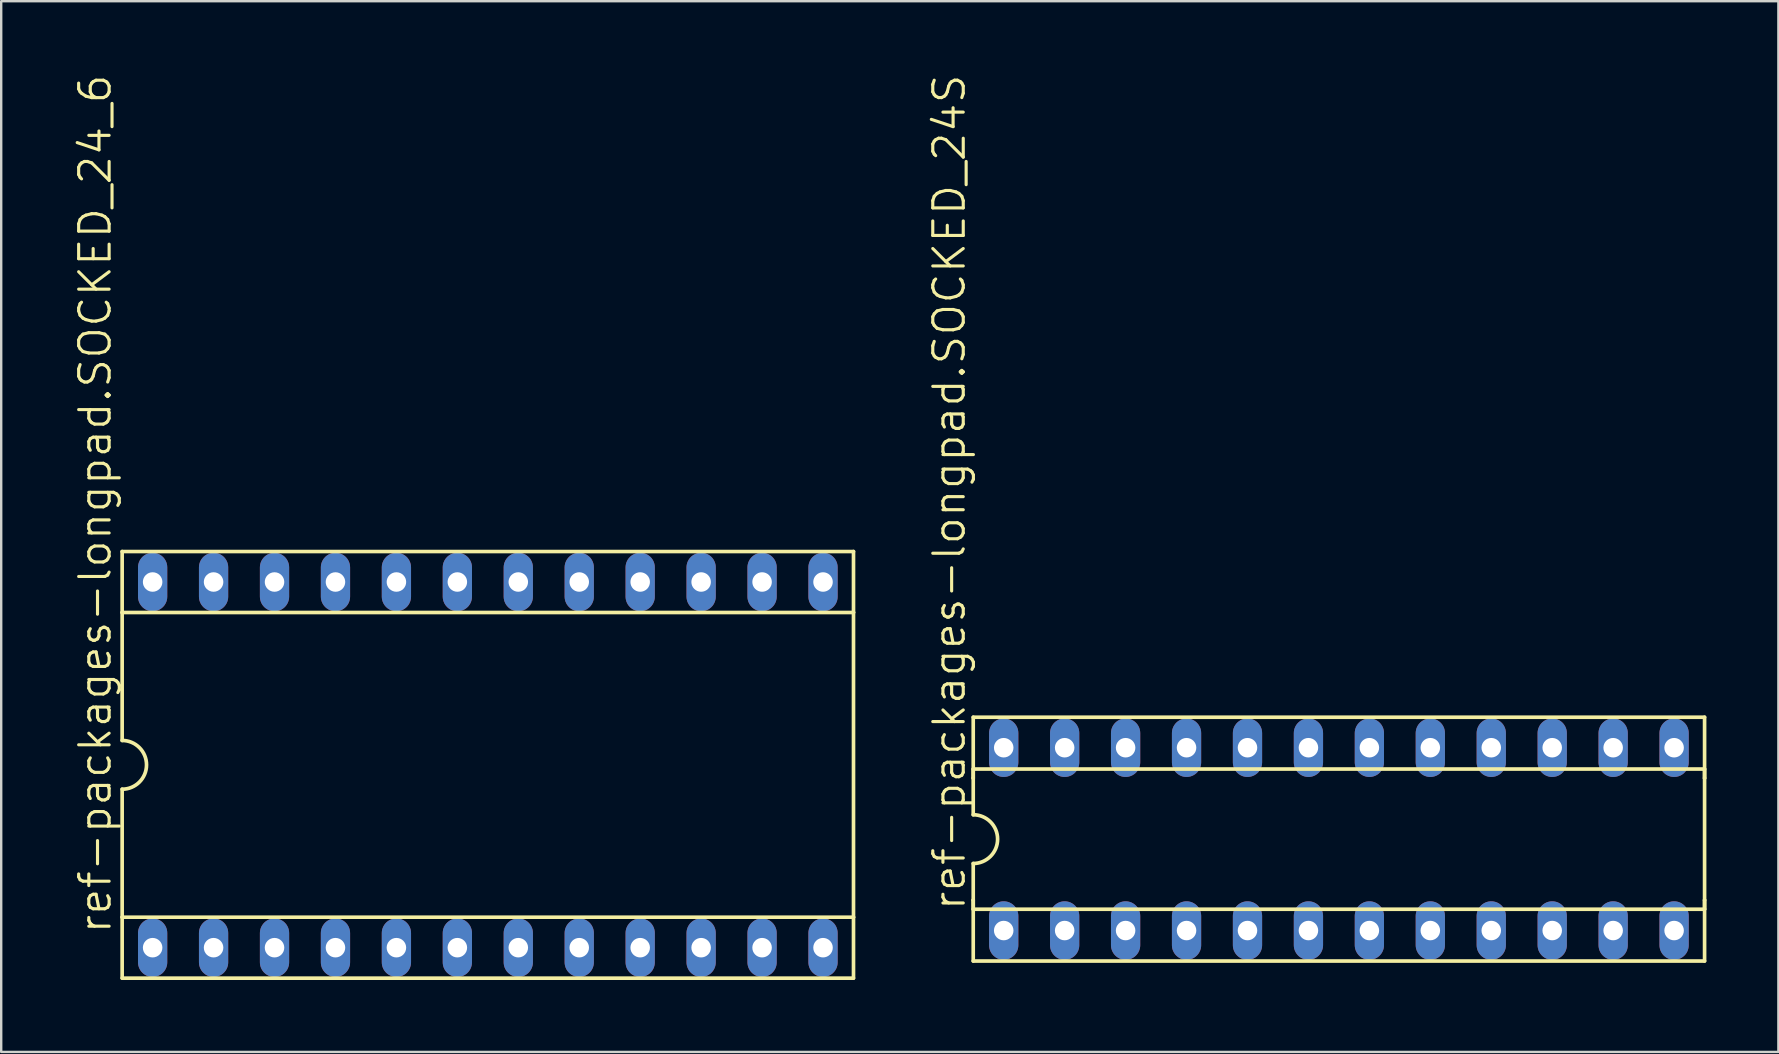
<source format=kicad_pcb>
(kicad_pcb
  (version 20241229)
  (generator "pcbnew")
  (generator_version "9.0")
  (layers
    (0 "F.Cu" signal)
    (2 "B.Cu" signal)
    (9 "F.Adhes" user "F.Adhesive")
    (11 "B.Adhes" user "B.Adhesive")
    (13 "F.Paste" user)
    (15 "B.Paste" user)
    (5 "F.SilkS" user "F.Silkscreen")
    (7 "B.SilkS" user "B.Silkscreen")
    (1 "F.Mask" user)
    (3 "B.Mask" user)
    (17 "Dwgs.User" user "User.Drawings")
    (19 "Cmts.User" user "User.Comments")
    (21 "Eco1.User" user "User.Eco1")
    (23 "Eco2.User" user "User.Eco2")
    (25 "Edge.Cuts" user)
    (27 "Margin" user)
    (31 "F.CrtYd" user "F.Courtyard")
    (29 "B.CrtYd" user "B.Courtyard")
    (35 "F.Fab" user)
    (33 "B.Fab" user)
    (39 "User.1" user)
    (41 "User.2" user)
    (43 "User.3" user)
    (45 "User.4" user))
  (footprint "ref-packages-longpad.SOCKED_24S"
    (layer "F.Cu")
    (at 52.751 31.922)
    (property "Reference" "ref-packages-longpad.SOCKED_24S" (at -15.494 3.048 90) (layer "F.SilkS") (effects (font (size 1.27 1.27) (thickness 0.13)) (justify left bottom)))
    (attr through_hole)
    (fp_line (start -15.24 -5.08) (end -15.24 -2.54) (stroke (width 0.152) (type default)) (layer "F.SilkS"))
    (fp_line (start -15.24 -2.921) (end -15.24 -2.54) (stroke (width 0.152) (type default)) (layer "F.SilkS"))
    (fp_line (start -15.24 -2.54) (end -15.24 -1.016) (stroke (width 0.152) (type default)) (layer "F.SilkS"))
    (fp_line (start -15.24 2.54) (end -15.24 1.016) (stroke (width 0.152) (type default)) (layer "F.SilkS"))
    (fp_line (start -15.24 2.921) (end -15.24 2.54) (stroke (width 0.152) (type default)) (layer "F.SilkS"))
    (fp_line (start -15.24 2.921) (end 15.24 2.921) (stroke (width 0.152) (type default)) (layer "F.SilkS"))
    (fp_line (start -15.24 5.08) (end -15.24 2.54) (stroke (width 0.152) (type default)) (layer "F.SilkS"))
    (fp_line (start -15.24 5.08) (end 15.24 5.08) (stroke (width 0.152) (type default)) (layer "F.SilkS"))
    (fp_line (start 15.24 -5.08) (end -15.24 -5.08) (stroke (width 0.152) (type default)) (layer "F.SilkS"))
    (fp_line (start 15.24 -5.08) (end 15.24 -2.54) (stroke (width 0.152) (type default)) (layer "F.SilkS"))
    (fp_line (start 15.24 -2.921) (end -15.24 -2.921) (stroke (width 0.152) (type default)) (layer "F.SilkS"))
    (fp_line (start 15.24 -2.921) (end 15.24 -2.54) (stroke (width 0.152) (type default)) (layer "F.SilkS"))
    (fp_line (start 15.24 -2.54) (end 15.24 2.54) (stroke (width 0.152) (type default)) (layer "F.SilkS"))
    (fp_line (start 15.24 2.54) (end 15.24 2.921) (stroke (width 0.152) (type default)) (layer "F.SilkS"))
    (fp_line (start 15.24 5.08) (end 15.24 2.54) (stroke (width 0.152) (type default)) (layer "F.SilkS"))
    (fp_arc (start -15.24 -1.016) (mid -14.224 0) (end -15.24 1.016) (stroke (width 0.1524) (type default)) (layer "F.SilkS"))
    (pad "1" thru_hole oval (at -13.97 3.81 90) (size 2.438 1.219) (drill 0.813) (layers "*.Cu" "*.Mask"))
    (pad "2" thru_hole oval (at -11.43 3.81 90) (size 2.438 1.219) (drill 0.813) (layers "*.Cu" "*.Mask"))
    (pad "3" thru_hole oval (at -8.89 3.81 90) (size 2.438 1.219) (drill 0.813) (layers "*.Cu" "*.Mask"))
    (pad "4" thru_hole oval (at -6.35 3.81 90) (size 2.438 1.219) (drill 0.813) (layers "*.Cu" "*.Mask"))
    (pad "5" thru_hole oval (at -3.81 3.81 90) (size 2.438 1.219) (drill 0.813) (layers "*.Cu" "*.Mask"))
    (pad "6" thru_hole oval (at -1.27 3.81 90) (size 2.438 1.219) (drill 0.813) (layers "*.Cu" "*.Mask"))
    (pad "7" thru_hole oval (at 1.27 3.81 90) (size 2.438 1.219) (drill 0.813) (layers "*.Cu" "*.Mask"))
    (pad "8" thru_hole oval (at 3.81 3.81 90) (size 2.438 1.219) (drill 0.813) (layers "*.Cu" "*.Mask"))
    (pad "9" thru_hole oval (at 6.35 3.81 90) (size 2.438 1.219) (drill 0.813) (layers "*.Cu" "*.Mask"))
    (pad "10" thru_hole oval (at 8.89 3.81 90) (size 2.438 1.219) (drill 0.813) (layers "*.Cu" "*.Mask"))
    (pad "11" thru_hole oval (at 11.43 3.81 90) (size 2.438 1.219) (drill 0.813) (layers "*.Cu" "*.Mask"))
    (pad "12" thru_hole oval (at 13.97 3.81 90) (size 2.438 1.219) (drill 0.813) (layers "*.Cu" "*.Mask"))
    (pad "13" thru_hole oval (at 13.97 -3.81 90) (size 2.438 1.219) (drill 0.813) (layers "*.Cu" "*.Mask"))
    (pad "14" thru_hole oval (at 11.43 -3.81 90) (size 2.438 1.219) (drill 0.813) (layers "*.Cu" "*.Mask"))
    (pad "15" thru_hole oval (at 8.89 -3.81 90) (size 2.438 1.219) (drill 0.813) (layers "*.Cu" "*.Mask"))
    (pad "16" thru_hole oval (at 6.35 -3.81 90) (size 2.438 1.219) (drill 0.813) (layers "*.Cu" "*.Mask"))
    (pad "17" thru_hole oval (at 3.81 -3.81 90) (size 2.438 1.219) (drill 0.813) (layers "*.Cu" "*.Mask"))
    (pad "18" thru_hole oval (at 1.27 -3.81 90) (size 2.438 1.219) (drill 0.813) (layers "*.Cu" "*.Mask"))
    (pad "19" thru_hole oval (at -1.27 -3.81 90) (size 2.438 1.219) (drill 0.813) (layers "*.Cu" "*.Mask"))
    (pad "20" thru_hole oval (at -3.81 -3.81 90) (size 2.438 1.219) (drill 0.813) (layers "*.Cu" "*.Mask"))
    (pad "21" thru_hole oval (at -6.35 -3.81 90) (size 2.438 1.219) (drill 0.813) (layers "*.Cu" "*.Mask"))
    (pad "22" thru_hole oval (at -8.89 -3.81 90) (size 2.438 1.219) (drill 0.813) (layers "*.Cu" "*.Mask"))
    (pad "23" thru_hole oval (at -11.43 -3.81 90) (size 2.438 1.219) (drill 0.813) (layers "*.Cu" "*.Mask"))
    (pad "24" thru_hole oval (at -13.97 -3.81 90) (size 2.438 1.219) (drill 0.813) (layers "*.Cu" "*.Mask")))
  (footprint "ref-packages-longpad.SOCKED_24_6"
    (layer "F.Cu")
    (at 17.281 28.826)
    (property "Reference" "ref-packages-longpad.SOCKED_24_6" (at -15.621 7.112 90) (layer "F.SilkS") (effects (font (size 1.27 1.27) (thickness 0.13)) (justify left bottom)))
    (attr through_hole)
    (fp_line (start -15.24 -8.89) (end -15.24 -6.35) (stroke (width 0.152) (type default)) (layer "F.SilkS"))
    (fp_line (start -15.24 -6.35) (end -15.24 -1.016) (stroke (width 0.152) (type default)) (layer "F.SilkS"))
    (fp_line (start -15.24 6.35) (end -15.24 1.016) (stroke (width 0.152) (type default)) (layer "F.SilkS"))
    (fp_line (start -15.24 6.35) (end 15.24 6.35) (stroke (width 0.152) (type default)) (layer "F.SilkS"))
    (fp_line (start -15.24 8.89) (end -15.24 6.35) (stroke (width 0.152) (type default)) (layer "F.SilkS"))
    (fp_line (start -15.24 8.89) (end 15.24 8.89) (stroke (width 0.152) (type default)) (layer "F.SilkS"))
    (fp_line (start 15.24 -8.89) (end -15.24 -8.89) (stroke (width 0.152) (type default)) (layer "F.SilkS"))
    (fp_line (start 15.24 -8.89) (end 15.24 -6.35) (stroke (width 0.152) (type default)) (layer "F.SilkS"))
    (fp_line (start 15.24 -6.35) (end -15.24 -6.35) (stroke (width 0.152) (type default)) (layer "F.SilkS"))
    (fp_line (start 15.24 -6.35) (end 15.24 6.35) (stroke (width 0.152) (type default)) (layer "F.SilkS"))
    (fp_line (start 15.24 6.35) (end 15.24 8.89) (stroke (width 0.152) (type default)) (layer "F.SilkS"))
    (fp_arc (start -15.24 -1.016) (mid -14.224 0) (end -15.24 1.016) (stroke (width 0.1524) (type default)) (layer "F.SilkS"))
    (pad "1" thru_hole oval (at -13.97 7.62 90) (size 2.438 1.219) (drill 0.813) (layers "*.Cu" "*.Mask"))
    (pad "2" thru_hole oval (at -11.43 7.62 90) (size 2.438 1.219) (drill 0.813) (layers "*.Cu" "*.Mask"))
    (pad "3" thru_hole oval (at -8.89 7.62 90) (size 2.438 1.219) (drill 0.813) (layers "*.Cu" "*.Mask"))
    (pad "4" thru_hole oval (at -6.35 7.62 90) (size 2.438 1.219) (drill 0.813) (layers "*.Cu" "*.Mask"))
    (pad "5" thru_hole oval (at -3.81 7.62 90) (size 2.438 1.219) (drill 0.813) (layers "*.Cu" "*.Mask"))
    (pad "6" thru_hole oval (at -1.27 7.62 90) (size 2.438 1.219) (drill 0.813) (layers "*.Cu" "*.Mask"))
    (pad "7" thru_hole oval (at 1.27 7.62 90) (size 2.438 1.219) (drill 0.813) (layers "*.Cu" "*.Mask"))
    (pad "8" thru_hole oval (at 3.81 7.62 90) (size 2.438 1.219) (drill 0.813) (layers "*.Cu" "*.Mask"))
    (pad "9" thru_hole oval (at 6.35 7.62 90) (size 2.438 1.219) (drill 0.813) (layers "*.Cu" "*.Mask"))
    (pad "10" thru_hole oval (at 8.89 7.62 90) (size 2.438 1.219) (drill 0.813) (layers "*.Cu" "*.Mask"))
    (pad "11" thru_hole oval (at 11.43 7.62 90) (size 2.438 1.219) (drill 0.813) (layers "*.Cu" "*.Mask"))
    (pad "12" thru_hole oval (at 13.97 7.62 90) (size 2.438 1.219) (drill 0.813) (layers "*.Cu" "*.Mask"))
    (pad "13" thru_hole oval (at 13.97 -7.62 90) (size 2.438 1.219) (drill 0.813) (layers "*.Cu" "*.Mask"))
    (pad "14" thru_hole oval (at 11.43 -7.62 90) (size 2.438 1.219) (drill 0.813) (layers "*.Cu" "*.Mask"))
    (pad "15" thru_hole oval (at 8.89 -7.62 90) (size 2.438 1.219) (drill 0.813) (layers "*.Cu" "*.Mask"))
    (pad "16" thru_hole oval (at 6.35 -7.62 90) (size 2.438 1.219) (drill 0.813) (layers "*.Cu" "*.Mask"))
    (pad "17" thru_hole oval (at 3.81 -7.62 90) (size 2.438 1.219) (drill 0.813) (layers "*.Cu" "*.Mask"))
    (pad "18" thru_hole oval (at 1.27 -7.62 90) (size 2.438 1.219) (drill 0.813) (layers "*.Cu" "*.Mask"))
    (pad "19" thru_hole oval (at -1.27 -7.62 90) (size 2.438 1.219) (drill 0.813) (layers "*.Cu" "*.Mask"))
    (pad "20" thru_hole oval (at -3.81 -7.62 90) (size 2.438 1.219) (drill 0.813) (layers "*.Cu" "*.Mask"))
    (pad "21" thru_hole oval (at -6.35 -7.62 90) (size 2.438 1.219) (drill 0.813) (layers "*.Cu" "*.Mask"))
    (pad "22" thru_hole oval (at -8.89 -7.62 90) (size 2.438 1.219) (drill 0.813) (layers "*.Cu" "*.Mask"))
    (pad "23" thru_hole oval (at -11.43 -7.62 90) (size 2.438 1.219) (drill 0.813) (layers "*.Cu" "*.Mask"))
    (pad "24" thru_hole oval (at -13.97 -7.62 90) (size 2.438 1.219) (drill 0.813) (layers "*.Cu" "*.Mask")))
  (gr_rect
    (start -3 -3)
    (end 71.067 40.792)
    (stroke (width 0.1) (type default))
    (fill no)
    (layer "Edge.Cuts")))
</source>
